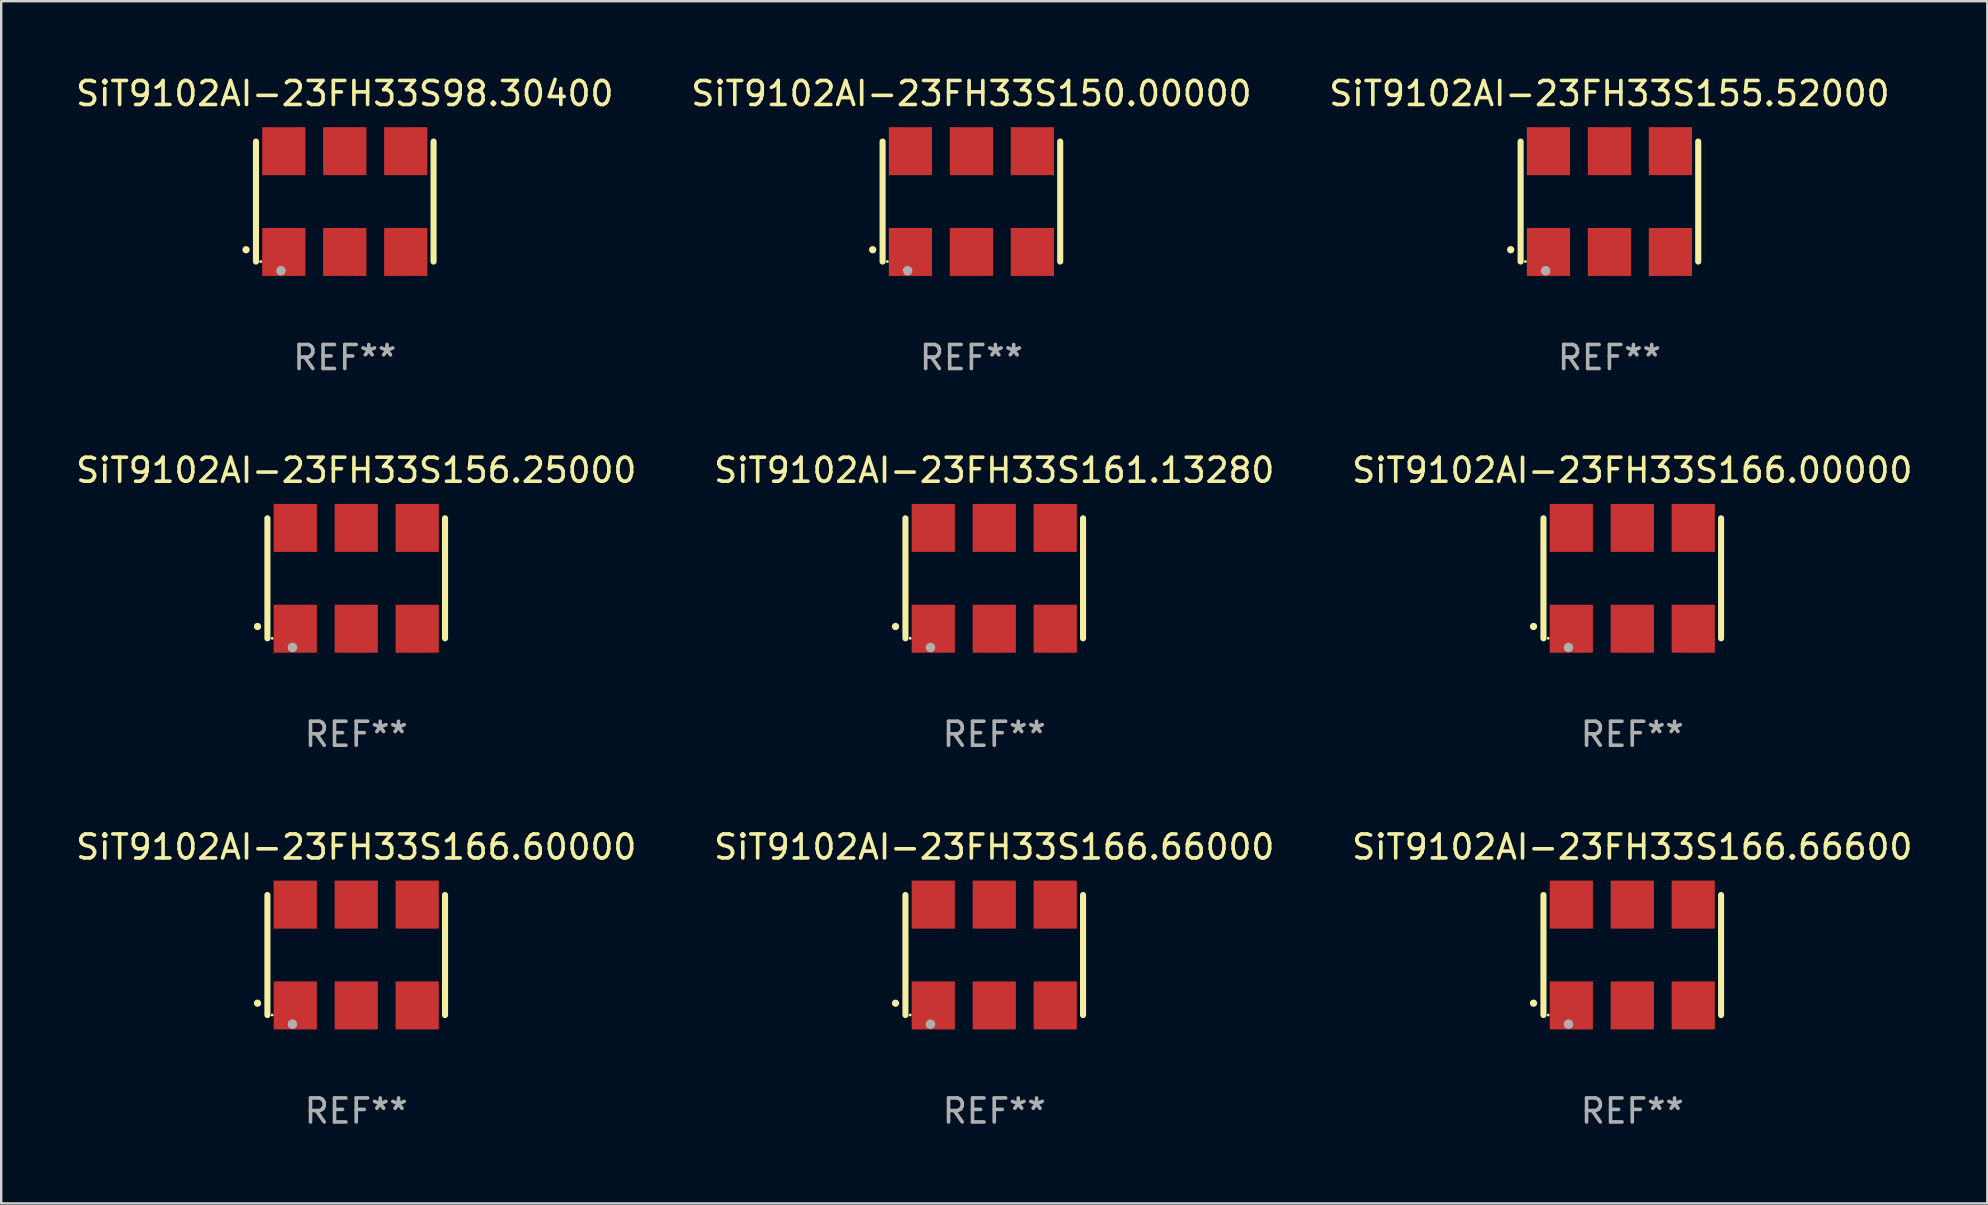
<source format=kicad_pcb>
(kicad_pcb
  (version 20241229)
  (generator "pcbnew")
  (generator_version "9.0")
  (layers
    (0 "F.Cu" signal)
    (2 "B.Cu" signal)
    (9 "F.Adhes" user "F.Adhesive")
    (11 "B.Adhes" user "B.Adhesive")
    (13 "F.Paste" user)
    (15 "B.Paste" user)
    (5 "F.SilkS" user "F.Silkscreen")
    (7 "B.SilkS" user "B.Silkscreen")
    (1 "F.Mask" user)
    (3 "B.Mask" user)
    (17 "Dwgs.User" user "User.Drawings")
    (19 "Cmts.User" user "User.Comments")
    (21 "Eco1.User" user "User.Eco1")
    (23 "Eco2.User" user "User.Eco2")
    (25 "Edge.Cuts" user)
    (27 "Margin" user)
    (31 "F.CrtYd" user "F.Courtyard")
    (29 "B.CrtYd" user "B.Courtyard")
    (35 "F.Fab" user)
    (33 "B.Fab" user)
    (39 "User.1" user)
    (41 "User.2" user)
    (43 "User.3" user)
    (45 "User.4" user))
  (footprint "SiT9102AI-23FH33S155.52000"
    (layer "F.Cu")
    (at 64.006 5.348)
    (property "Reference" "SiT9102AI-23FH33S155.52000" (at 0 -4.5 0) (layer "F.SilkS") (effects (font (size 1 1) (thickness 0.15))))
    (attr through_hole)
    (fp_line (start -3.7 -2.5) (end -3.7 2.5) (stroke (width 0.254) (type solid)) (layer "F.SilkS"))
    (fp_line (start 3.7 -2.5) (end 3.7 2.5) (stroke (width 0.254) (type solid)) (layer "F.SilkS"))
    (fp_arc (start -4.114415 2.006604) (mid -4.113145 2.006599) (end -4.111875 2.006604) (stroke (width 0.3) (type solid)) (layer "F.SilkS"))
    (fp_circle (center -3.502 2.5) (end -3.472 2.5) (stroke (width 0.06) (type solid)) (fill no) (layer "F.SilkS"))
    (fp_circle (center -2.657 2.882) (end -2.557 2.882) (stroke (width 0.2) (type solid)) (fill no) (layer "F.Fab"))
    (fp_text user "REF**" (at 0 6.5 0) (layer "F.Fab") (effects (font (size 1 1) (thickness 0.15))))
    (pad "1" smd rect (at -2.54 2.1) (size 1.8 2) (layers "F.Cu" "F.Mask" "F.Paste"))
    (pad "2" smd rect (at 0.000394 2.1) (size 1.8 2) (layers "F.Cu" "F.Mask" "F.Paste"))
    (pad "3" smd rect (at 2.54 2.1) (size 1.8 2) (layers "F.Cu" "F.Mask" "F.Paste"))
    (pad "4" smd rect (at 2.54 -2.1) (size 1.8 2) (layers "F.Cu" "F.Mask" "F.Paste"))
    (pad "5" smd rect (at 0.000394 -2.1) (size 1.8 2) (layers "F.Cu" "F.Mask" "F.Paste"))
    (pad "6" smd rect (at -2.54 -2.1) (size 1.8 2) (layers "F.Cu" "F.Mask" "F.Paste")))
  (footprint "SiT9102AI-23FH33S166.66000"
    (layer "F.Cu")
    (at 38.375 36.741)
    (property "Reference" "SiT9102AI-23FH33S166.66000" (at 0 -4.5 0) (layer "F.SilkS") (effects (font (size 1 1) (thickness 0.15))))
    (attr through_hole)
    (fp_line (start -3.7 -2.5) (end -3.7 2.5) (stroke (width 0.254) (type solid)) (layer "F.SilkS"))
    (fp_line (start 3.7 -2.5) (end 3.7 2.5) (stroke (width 0.254) (type solid)) (layer "F.SilkS"))
    (fp_arc (start -4.114415 2.006604) (mid -4.113145 2.006599) (end -4.111875 2.006604) (stroke (width 0.3) (type solid)) (layer "F.SilkS"))
    (fp_circle (center -3.502 2.5) (end -3.472 2.5) (stroke (width 0.06) (type solid)) (fill no) (layer "F.SilkS"))
    (fp_circle (center -2.657 2.882) (end -2.557 2.882) (stroke (width 0.2) (type solid)) (fill no) (layer "F.Fab"))
    (fp_text user "REF**" (at 0 6.5 0) (layer "F.Fab") (effects (font (size 1 1) (thickness 0.15))))
    (pad "1" smd rect (at -2.54 2.1) (size 1.8 2) (layers "F.Cu" "F.Mask" "F.Paste"))
    (pad "2" smd rect (at 0.000394 2.1) (size 1.8 2) (layers "F.Cu" "F.Mask" "F.Paste"))
    (pad "3" smd rect (at 2.54 2.1) (size 1.8 2) (layers "F.Cu" "F.Mask" "F.Paste"))
    (pad "4" smd rect (at 2.54 -2.1) (size 1.8 2) (layers "F.Cu" "F.Mask" "F.Paste"))
    (pad "5" smd rect (at 0.000394 -2.1) (size 1.8 2) (layers "F.Cu" "F.Mask" "F.Paste"))
    (pad "6" smd rect (at -2.54 -2.1) (size 1.8 2) (layers "F.Cu" "F.Mask" "F.Paste")))
  (footprint "SiT9102AI-23FH33S166.66600"
    (layer "F.Cu")
    (at 64.958 36.741)
    (property "Reference" "SiT9102AI-23FH33S166.66600" (at 0 -4.5 0) (layer "F.SilkS") (effects (font (size 1 1) (thickness 0.15))))
    (attr through_hole)
    (fp_line (start -3.7 -2.5) (end -3.7 2.5) (stroke (width 0.254) (type solid)) (layer "F.SilkS"))
    (fp_line (start 3.7 -2.5) (end 3.7 2.5) (stroke (width 0.254) (type solid)) (layer "F.SilkS"))
    (fp_arc (start -4.114415 2.006604) (mid -4.113145 2.006599) (end -4.111875 2.006604) (stroke (width 0.3) (type solid)) (layer "F.SilkS"))
    (fp_circle (center -3.502 2.5) (end -3.472 2.5) (stroke (width 0.06) (type solid)) (fill no) (layer "F.SilkS"))
    (fp_circle (center -2.657 2.882) (end -2.557 2.882) (stroke (width 0.2) (type solid)) (fill no) (layer "F.Fab"))
    (fp_text user "REF**" (at 0 6.5 0) (layer "F.Fab") (effects (font (size 1 1) (thickness 0.15))))
    (pad "1" smd rect (at -2.54 2.1) (size 1.8 2) (layers "F.Cu" "F.Mask" "F.Paste"))
    (pad "2" smd rect (at 0.000394 2.1) (size 1.8 2) (layers "F.Cu" "F.Mask" "F.Paste"))
    (pad "3" smd rect (at 2.54 2.1) (size 1.8 2) (layers "F.Cu" "F.Mask" "F.Paste"))
    (pad "4" smd rect (at 2.54 -2.1) (size 1.8 2) (layers "F.Cu" "F.Mask" "F.Paste"))
    (pad "5" smd rect (at 0.000394 -2.1) (size 1.8 2) (layers "F.Cu" "F.Mask" "F.Paste"))
    (pad "6" smd rect (at -2.54 -2.1) (size 1.8 2) (layers "F.Cu" "F.Mask" "F.Paste")))
  (footprint "SiT9102AI-23FH33S166.60000"
    (layer "F.Cu")
    (at 11.792 36.741)
    (property "Reference" "SiT9102AI-23FH33S166.60000" (at 0 -4.5 0) (layer "F.SilkS") (effects (font (size 1 1) (thickness 0.15))))
    (attr through_hole)
    (fp_line (start -3.7 -2.5) (end -3.7 2.5) (stroke (width 0.254) (type solid)) (layer "F.SilkS"))
    (fp_line (start 3.7 -2.5) (end 3.7 2.5) (stroke (width 0.254) (type solid)) (layer "F.SilkS"))
    (fp_arc (start -4.114415 2.006604) (mid -4.113145 2.006599) (end -4.111875 2.006604) (stroke (width 0.3) (type solid)) (layer "F.SilkS"))
    (fp_circle (center -3.502 2.5) (end -3.472 2.5) (stroke (width 0.06) (type solid)) (fill no) (layer "F.SilkS"))
    (fp_circle (center -2.657 2.882) (end -2.557 2.882) (stroke (width 0.2) (type solid)) (fill no) (layer "F.Fab"))
    (fp_text user "REF**" (at 0 6.5 0) (layer "F.Fab") (effects (font (size 1 1) (thickness 0.15))))
    (pad "1" smd rect (at -2.54 2.1) (size 1.8 2) (layers "F.Cu" "F.Mask" "F.Paste"))
    (pad "2" smd rect (at 0.000394 2.1) (size 1.8 2) (layers "F.Cu" "F.Mask" "F.Paste"))
    (pad "3" smd rect (at 2.54 2.1) (size 1.8 2) (layers "F.Cu" "F.Mask" "F.Paste"))
    (pad "4" smd rect (at 2.54 -2.1) (size 1.8 2) (layers "F.Cu" "F.Mask" "F.Paste"))
    (pad "5" smd rect (at 0.000394 -2.1) (size 1.8 2) (layers "F.Cu" "F.Mask" "F.Paste"))
    (pad "6" smd rect (at -2.54 -2.1) (size 1.8 2) (layers "F.Cu" "F.Mask" "F.Paste")))
  (footprint "SiT9102AI-23FH33S161.13280"
    (layer "F.Cu")
    (at 38.375 21.045)
    (property "Reference" "SiT9102AI-23FH33S161.13280" (at 0 -4.5 0) (layer "F.SilkS") (effects (font (size 1 1) (thickness 0.15))))
    (attr through_hole)
    (fp_line (start -3.7 -2.5) (end -3.7 2.5) (stroke (width 0.254) (type solid)) (layer "F.SilkS"))
    (fp_line (start 3.7 -2.5) (end 3.7 2.5) (stroke (width 0.254) (type solid)) (layer "F.SilkS"))
    (fp_arc (start -4.114415 2.006604) (mid -4.113145 2.006599) (end -4.111875 2.006604) (stroke (width 0.3) (type solid)) (layer "F.SilkS"))
    (fp_circle (center -3.502 2.5) (end -3.472 2.5) (stroke (width 0.06) (type solid)) (fill no) (layer "F.SilkS"))
    (fp_circle (center -2.657 2.882) (end -2.557 2.882) (stroke (width 0.2) (type solid)) (fill no) (layer "F.Fab"))
    (fp_text user "REF**" (at 0 6.5 0) (layer "F.Fab") (effects (font (size 1 1) (thickness 0.15))))
    (pad "1" smd rect (at -2.54 2.1) (size 1.8 2) (layers "F.Cu" "F.Mask" "F.Paste"))
    (pad "2" smd rect (at 0.000394 2.1) (size 1.8 2) (layers "F.Cu" "F.Mask" "F.Paste"))
    (pad "3" smd rect (at 2.54 2.1) (size 1.8 2) (layers "F.Cu" "F.Mask" "F.Paste"))
    (pad "4" smd rect (at 2.54 -2.1) (size 1.8 2) (layers "F.Cu" "F.Mask" "F.Paste"))
    (pad "5" smd rect (at 0.000394 -2.1) (size 1.8 2) (layers "F.Cu" "F.Mask" "F.Paste"))
    (pad "6" smd rect (at -2.54 -2.1) (size 1.8 2) (layers "F.Cu" "F.Mask" "F.Paste")))
  (footprint "SiT9102AI-23FH33S166.00000"
    (layer "F.Cu")
    (at 64.958 21.045)
    (property "Reference" "SiT9102AI-23FH33S166.00000" (at 0 -4.5 0) (layer "F.SilkS") (effects (font (size 1 1) (thickness 0.15))))
    (attr through_hole)
    (fp_line (start -3.7 -2.5) (end -3.7 2.5) (stroke (width 0.254) (type solid)) (layer "F.SilkS"))
    (fp_line (start 3.7 -2.5) (end 3.7 2.5) (stroke (width 0.254) (type solid)) (layer "F.SilkS"))
    (fp_arc (start -4.114415 2.006604) (mid -4.113145 2.006599) (end -4.111875 2.006604) (stroke (width 0.3) (type solid)) (layer "F.SilkS"))
    (fp_circle (center -3.502 2.5) (end -3.472 2.5) (stroke (width 0.06) (type solid)) (fill no) (layer "F.SilkS"))
    (fp_circle (center -2.657 2.882) (end -2.557 2.882) (stroke (width 0.2) (type solid)) (fill no) (layer "F.Fab"))
    (fp_text user "REF**" (at 0 6.5 0) (layer "F.Fab") (effects (font (size 1 1) (thickness 0.15))))
    (pad "1" smd rect (at -2.54 2.1) (size 1.8 2) (layers "F.Cu" "F.Mask" "F.Paste"))
    (pad "2" smd rect (at 0.000394 2.1) (size 1.8 2) (layers "F.Cu" "F.Mask" "F.Paste"))
    (pad "3" smd rect (at 2.54 2.1) (size 1.8 2) (layers "F.Cu" "F.Mask" "F.Paste"))
    (pad "4" smd rect (at 2.54 -2.1) (size 1.8 2) (layers "F.Cu" "F.Mask" "F.Paste"))
    (pad "5" smd rect (at 0.000394 -2.1) (size 1.8 2) (layers "F.Cu" "F.Mask" "F.Paste"))
    (pad "6" smd rect (at -2.54 -2.1) (size 1.8 2) (layers "F.Cu" "F.Mask" "F.Paste")))
  (footprint "SiT9102AI-23FH33S98.30400"
    (layer "F.Cu")
    (at 11.315 5.348)
    (property "Reference" "SiT9102AI-23FH33S98.30400" (at 0 -4.5 0) (layer "F.SilkS") (effects (font (size 1 1) (thickness 0.15))))
    (attr through_hole)
    (fp_line (start -3.7 -2.5) (end -3.7 2.5) (stroke (width 0.254) (type solid)) (layer "F.SilkS"))
    (fp_line (start 3.7 -2.5) (end 3.7 2.5) (stroke (width 0.254) (type solid)) (layer "F.SilkS"))
    (fp_arc (start -4.114415 2.006604) (mid -4.113145 2.006599) (end -4.111875 2.006604) (stroke (width 0.3) (type solid)) (layer "F.SilkS"))
    (fp_circle (center -3.502 2.5) (end -3.472 2.5) (stroke (width 0.06) (type solid)) (fill no) (layer "F.SilkS"))
    (fp_circle (center -2.657 2.882) (end -2.557 2.882) (stroke (width 0.2) (type solid)) (fill no) (layer "F.Fab"))
    (fp_text user "REF**" (at 0 6.5 0) (layer "F.Fab") (effects (font (size 1 1) (thickness 0.15))))
    (pad "1" smd rect (at -2.54 2.1) (size 1.8 2) (layers "F.Cu" "F.Mask" "F.Paste"))
    (pad "2" smd rect (at 0.000394 2.1) (size 1.8 2) (layers "F.Cu" "F.Mask" "F.Paste"))
    (pad "3" smd rect (at 2.54 2.1) (size 1.8 2) (layers "F.Cu" "F.Mask" "F.Paste"))
    (pad "4" smd rect (at 2.54 -2.1) (size 1.8 2) (layers "F.Cu" "F.Mask" "F.Paste"))
    (pad "5" smd rect (at 0.000394 -2.1) (size 1.8 2) (layers "F.Cu" "F.Mask" "F.Paste"))
    (pad "6" smd rect (at -2.54 -2.1) (size 1.8 2) (layers "F.Cu" "F.Mask" "F.Paste")))
  (footprint "SiT9102AI-23FH33S150.00000"
    (layer "F.Cu")
    (at 37.423 5.348)
    (property "Reference" "SiT9102AI-23FH33S150.00000" (at 0 -4.5 0) (layer "F.SilkS") (effects (font (size 1 1) (thickness 0.15))))
    (attr through_hole)
    (fp_line (start -3.7 -2.5) (end -3.7 2.5) (stroke (width 0.254) (type solid)) (layer "F.SilkS"))
    (fp_line (start 3.7 -2.5) (end 3.7 2.5) (stroke (width 0.254) (type solid)) (layer "F.SilkS"))
    (fp_arc (start -4.114415 2.006604) (mid -4.113145 2.006599) (end -4.111875 2.006604) (stroke (width 0.3) (type solid)) (layer "F.SilkS"))
    (fp_circle (center -3.502 2.5) (end -3.472 2.5) (stroke (width 0.06) (type solid)) (fill no) (layer "F.SilkS"))
    (fp_circle (center -2.657 2.882) (end -2.557 2.882) (stroke (width 0.2) (type solid)) (fill no) (layer "F.Fab"))
    (fp_text user "REF**" (at 0 6.5 0) (layer "F.Fab") (effects (font (size 1 1) (thickness 0.15))))
    (pad "1" smd rect (at -2.54 2.1) (size 1.8 2) (layers "F.Cu" "F.Mask" "F.Paste"))
    (pad "2" smd rect (at 0.000394 2.1) (size 1.8 2) (layers "F.Cu" "F.Mask" "F.Paste"))
    (pad "3" smd rect (at 2.54 2.1) (size 1.8 2) (layers "F.Cu" "F.Mask" "F.Paste"))
    (pad "4" smd rect (at 2.54 -2.1) (size 1.8 2) (layers "F.Cu" "F.Mask" "F.Paste"))
    (pad "5" smd rect (at 0.000394 -2.1) (size 1.8 2) (layers "F.Cu" "F.Mask" "F.Paste"))
    (pad "6" smd rect (at -2.54 -2.1) (size 1.8 2) (layers "F.Cu" "F.Mask" "F.Paste")))
  (footprint "SiT9102AI-23FH33S156.25000"
    (layer "F.Cu")
    (at 11.792 21.045)
    (property "Reference" "SiT9102AI-23FH33S156.25000" (at 0 -4.5 0) (layer "F.SilkS") (effects (font (size 1 1) (thickness 0.15))))
    (attr through_hole)
    (fp_line (start -3.7 -2.5) (end -3.7 2.5) (stroke (width 0.254) (type solid)) (layer "F.SilkS"))
    (fp_line (start 3.7 -2.5) (end 3.7 2.5) (stroke (width 0.254) (type solid)) (layer "F.SilkS"))
    (fp_arc (start -4.114415 2.006604) (mid -4.113145 2.006599) (end -4.111875 2.006604) (stroke (width 0.3) (type solid)) (layer "F.SilkS"))
    (fp_circle (center -3.502 2.5) (end -3.472 2.5) (stroke (width 0.06) (type solid)) (fill no) (layer "F.SilkS"))
    (fp_circle (center -2.657 2.882) (end -2.557 2.882) (stroke (width 0.2) (type solid)) (fill no) (layer "F.Fab"))
    (fp_text user "REF**" (at 0 6.5 0) (layer "F.Fab") (effects (font (size 1 1) (thickness 0.15))))
    (pad "1" smd rect (at -2.54 2.1) (size 1.8 2) (layers "F.Cu" "F.Mask" "F.Paste"))
    (pad "2" smd rect (at 0.000394 2.1) (size 1.8 2) (layers "F.Cu" "F.Mask" "F.Paste"))
    (pad "3" smd rect (at 2.54 2.1) (size 1.8 2) (layers "F.Cu" "F.Mask" "F.Paste"))
    (pad "4" smd rect (at 2.54 -2.1) (size 1.8 2) (layers "F.Cu" "F.Mask" "F.Paste"))
    (pad "5" smd rect (at 0.000394 -2.1) (size 1.8 2) (layers "F.Cu" "F.Mask" "F.Paste"))
    (pad "6" smd rect (at -2.54 -2.1) (size 1.8 2) (layers "F.Cu" "F.Mask" "F.Paste")))
  (gr_rect
    (start -3 -3)
    (end 79.75 47.09)
    (stroke (width 0.1) (type default))
    (fill no)
    (layer "Edge.Cuts")))
</source>
